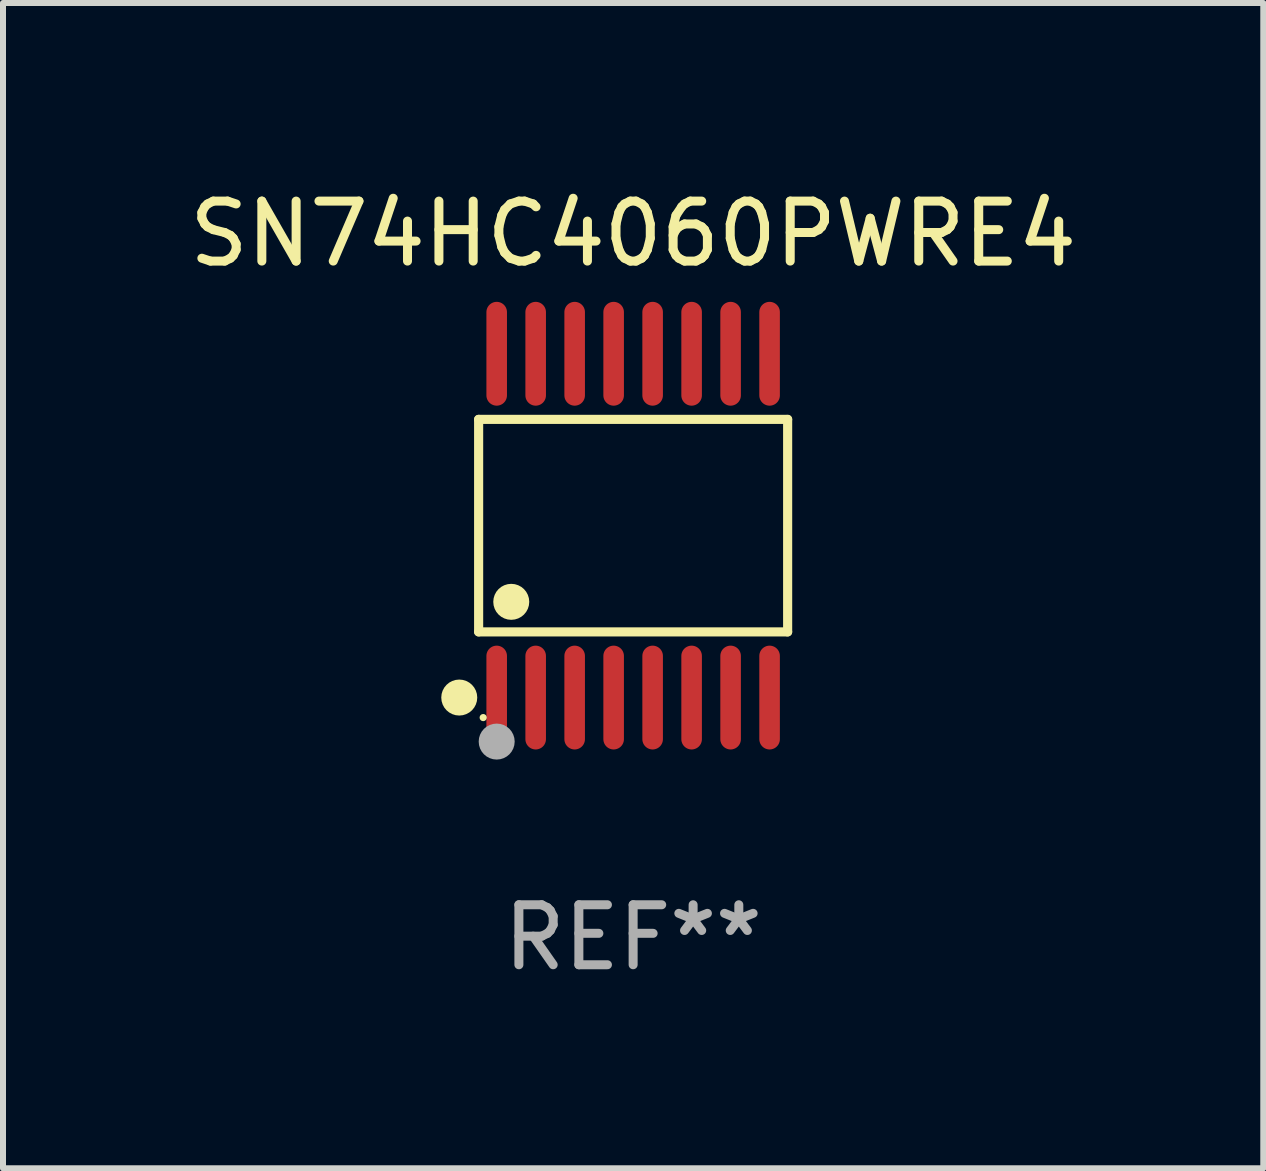
<source format=kicad_pcb>
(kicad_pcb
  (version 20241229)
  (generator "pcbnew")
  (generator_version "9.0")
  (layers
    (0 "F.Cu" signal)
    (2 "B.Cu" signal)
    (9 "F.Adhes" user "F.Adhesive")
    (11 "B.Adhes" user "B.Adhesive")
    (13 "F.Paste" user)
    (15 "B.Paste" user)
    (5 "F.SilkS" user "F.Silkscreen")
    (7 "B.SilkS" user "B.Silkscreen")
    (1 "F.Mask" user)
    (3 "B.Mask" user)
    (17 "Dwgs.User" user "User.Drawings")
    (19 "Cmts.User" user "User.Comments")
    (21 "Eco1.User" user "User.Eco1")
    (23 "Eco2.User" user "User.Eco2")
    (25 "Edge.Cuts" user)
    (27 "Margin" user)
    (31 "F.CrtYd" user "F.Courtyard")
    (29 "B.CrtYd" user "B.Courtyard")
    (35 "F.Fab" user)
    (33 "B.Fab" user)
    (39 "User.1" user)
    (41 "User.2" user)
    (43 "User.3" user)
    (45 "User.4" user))
  (footprint "SN74HC4060PWRE4"
    (layer "F.Cu")
    (at 7.506 5.714)
    (property "Reference" "SN74HC4060PWRE4" (at 0 -4.866 0) (layer "F.SilkS") (effects (font (size 1 1) (thickness 0.15))))
    (attr through_hole)
    (fp_line (start -2.576 -1.772) (end 2.576 -1.772) (stroke (width 0.152) (type solid)) (layer "F.SilkS"))
    (fp_line (start -2.576 1.771) (end -2.576 -1.772) (stroke (width 0.152) (type solid)) (layer "F.SilkS"))
    (fp_line (start 2.576 -1.772) (end 2.576 1.771) (stroke (width 0.152) (type solid)) (layer "F.SilkS"))
    (fp_line (start 2.576 1.771) (end -2.576 1.771) (stroke (width 0.152) (type solid)) (layer "F.SilkS"))
    (fp_circle (center -2.899 2.866) (end -2.749 2.866) (stroke (width 0.3) (type solid)) (fill no) (layer "F.SilkS"))
    (fp_circle (center -2.5 3.2) (end -2.47 3.2) (stroke (width 0.06) (type solid)) (fill no) (layer "F.SilkS"))
    (fp_circle (center -2.032 1.27) (end -1.882 1.27) (stroke (width 0.3) (type solid)) (fill no) (layer "F.SilkS"))
    (fp_circle (center -2.275 3.6) (end -2.125 3.6) (stroke (width 0.3) (type solid)) (fill no) (layer "F.Fab"))
    (fp_text user "REF**" (at 0 6.866 0) (layer "F.Fab") (effects (font (size 1 1) (thickness 0.15))))
    (pad "1" smd oval (at -2.275 2.866) (size 0.343 1.731) (layers "F.Cu" "F.Mask" "F.Paste"))
    (pad "2" smd oval (at -1.625 2.866) (size 0.343 1.731) (layers "F.Cu" "F.Mask" "F.Paste"))
    (pad "3" smd oval (at -0.975 2.866) (size 0.343 1.731) (layers "F.Cu" "F.Mask" "F.Paste"))
    (pad "4" smd oval (at -0.325 2.866) (size 0.343 1.731) (layers "F.Cu" "F.Mask" "F.Paste"))
    (pad "5" smd oval (at 0.325 2.866) (size 0.343 1.731) (layers "F.Cu" "F.Mask" "F.Paste"))
    (pad "6" smd oval (at 0.975 2.866) (size 0.343 1.731) (layers "F.Cu" "F.Mask" "F.Paste"))
    (pad "7" smd oval (at 1.625 2.866) (size 0.343 1.731) (layers "F.Cu" "F.Mask" "F.Paste"))
    (pad "8" smd oval (at 2.275 2.866) (size 0.343 1.731) (layers "F.Cu" "F.Mask" "F.Paste"))
    (pad "9" smd oval (at 2.275 -2.866) (size 0.343 1.731) (layers "F.Cu" "F.Mask" "F.Paste"))
    (pad "10" smd oval (at 1.625 -2.866) (size 0.343 1.731) (layers "F.Cu" "F.Mask" "F.Paste"))
    (pad "11" smd oval (at 0.975 -2.866) (size 0.343 1.731) (layers "F.Cu" "F.Mask" "F.Paste"))
    (pad "12" smd oval (at 0.325 -2.866) (size 0.343 1.731) (layers "F.Cu" "F.Mask" "F.Paste"))
    (pad "13" smd oval (at -0.325 -2.866) (size 0.343 1.731) (layers "F.Cu" "F.Mask" "F.Paste"))
    (pad "14" smd oval (at -0.975 -2.866) (size 0.343 1.731) (layers "F.Cu" "F.Mask" "F.Paste"))
    (pad "15" smd oval (at -1.625 -2.866) (size 0.343 1.731) (layers "F.Cu" "F.Mask" "F.Paste"))
    (pad "16" smd oval (at -2.275 -2.866) (size 0.343 1.731) (layers "F.Cu" "F.Mask" "F.Paste")))
  (gr_rect
    (start -3 -3)
    (end 18.012 16.428)
    (stroke (width 0.1) (type default))
    (fill no)
    (layer "Edge.Cuts")))
</source>
